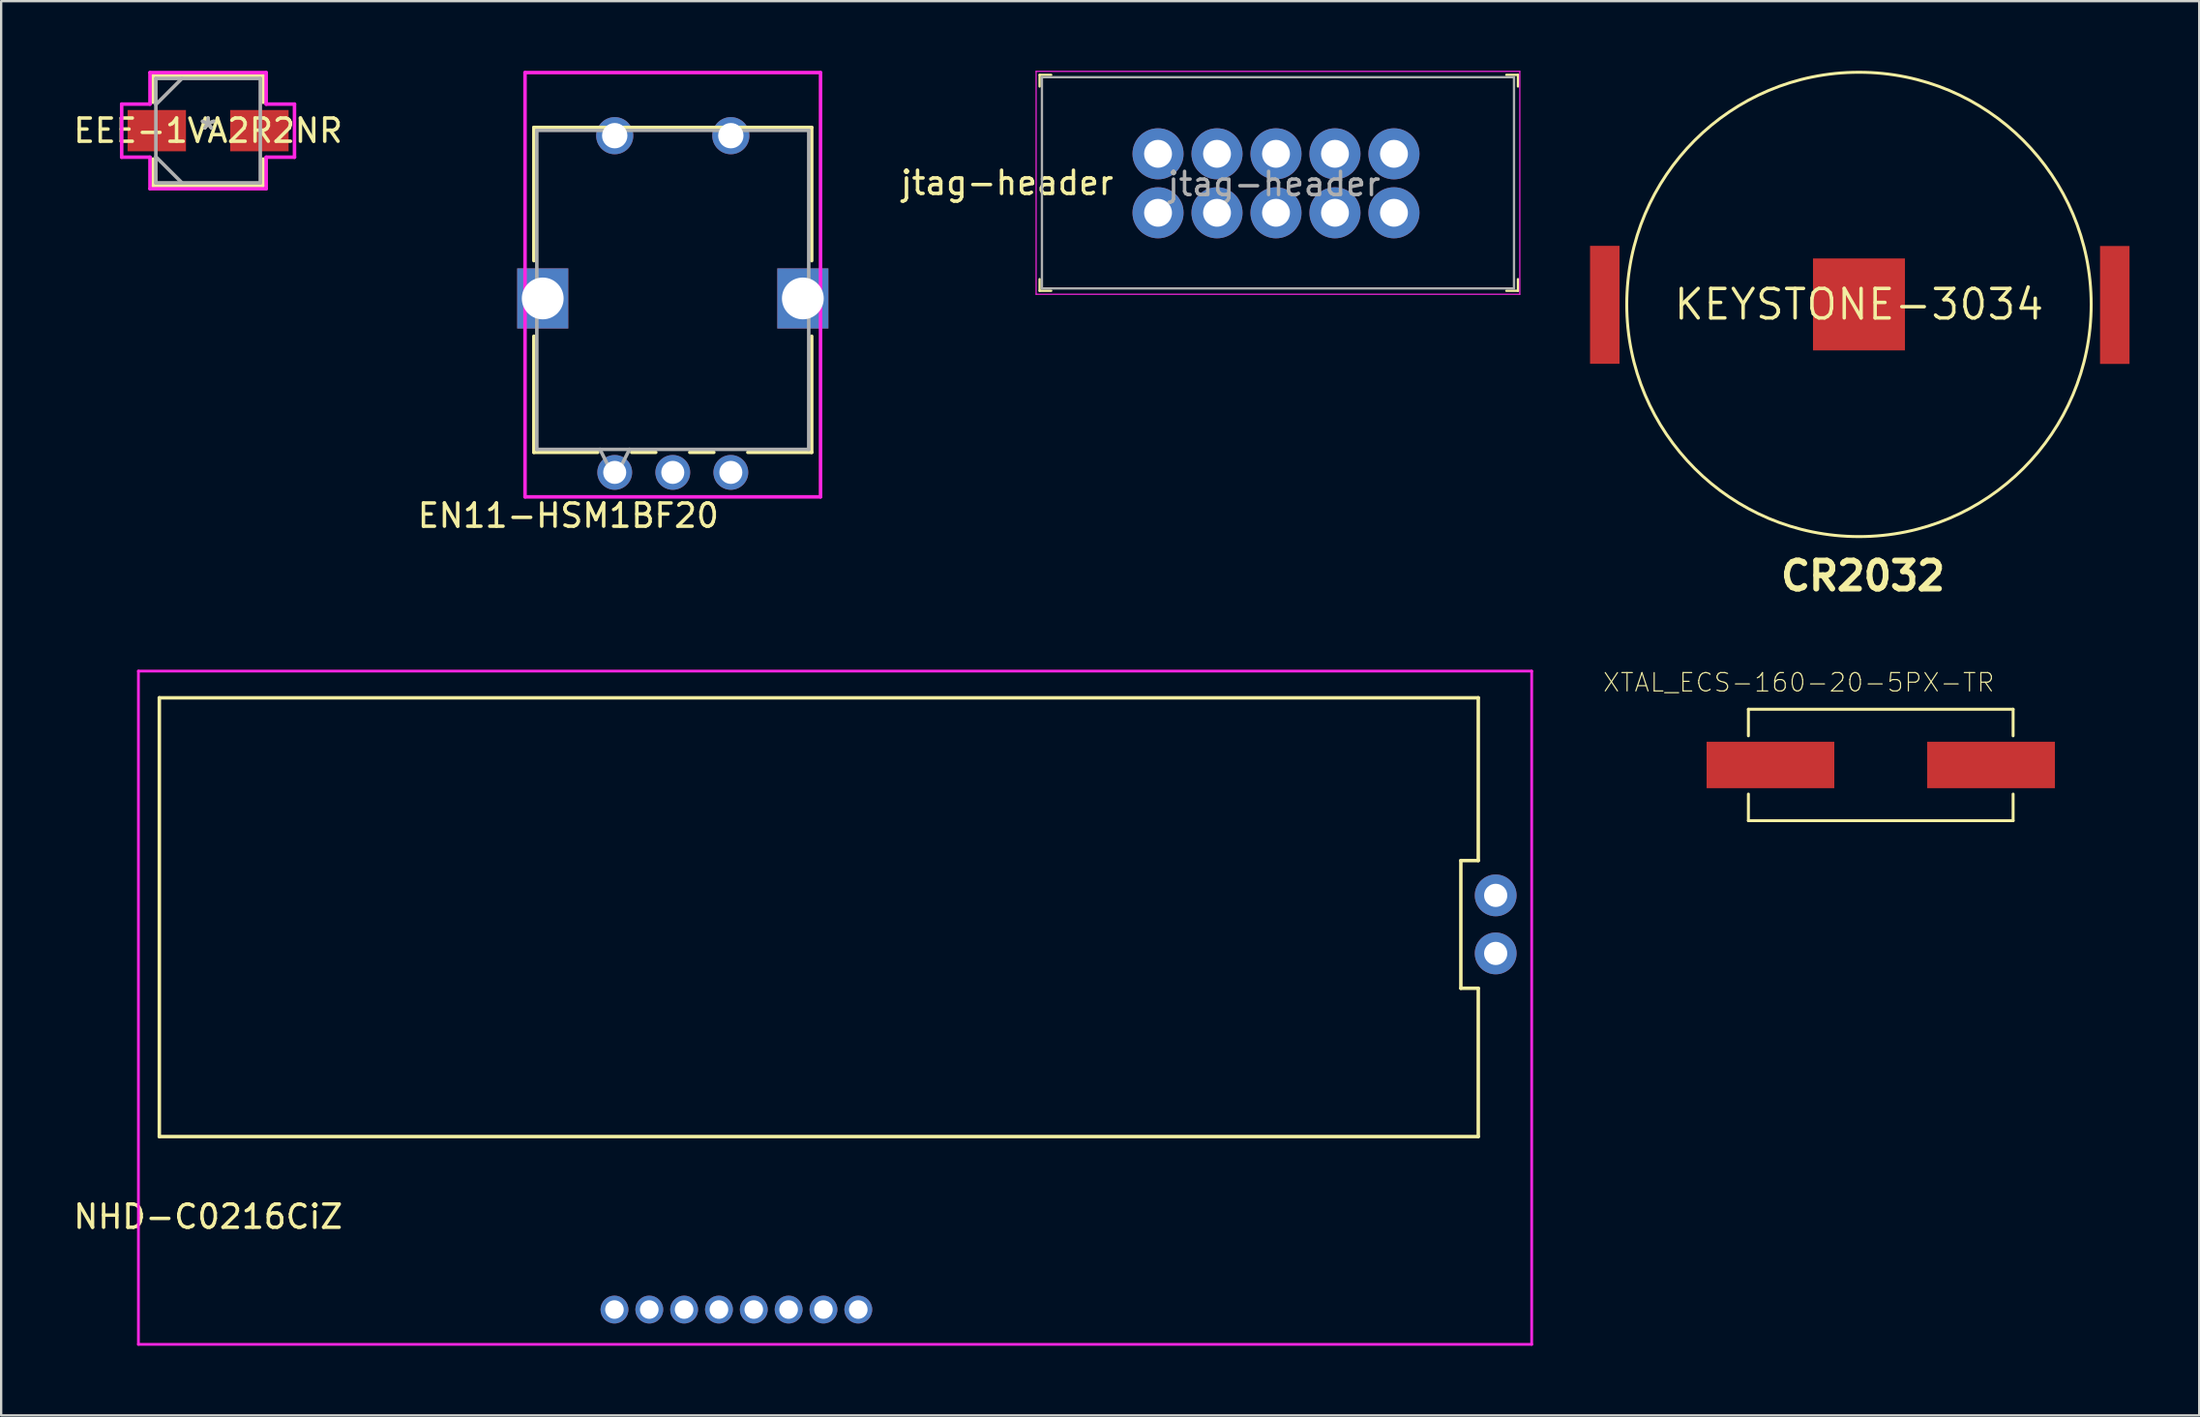
<source format=kicad_pcb>
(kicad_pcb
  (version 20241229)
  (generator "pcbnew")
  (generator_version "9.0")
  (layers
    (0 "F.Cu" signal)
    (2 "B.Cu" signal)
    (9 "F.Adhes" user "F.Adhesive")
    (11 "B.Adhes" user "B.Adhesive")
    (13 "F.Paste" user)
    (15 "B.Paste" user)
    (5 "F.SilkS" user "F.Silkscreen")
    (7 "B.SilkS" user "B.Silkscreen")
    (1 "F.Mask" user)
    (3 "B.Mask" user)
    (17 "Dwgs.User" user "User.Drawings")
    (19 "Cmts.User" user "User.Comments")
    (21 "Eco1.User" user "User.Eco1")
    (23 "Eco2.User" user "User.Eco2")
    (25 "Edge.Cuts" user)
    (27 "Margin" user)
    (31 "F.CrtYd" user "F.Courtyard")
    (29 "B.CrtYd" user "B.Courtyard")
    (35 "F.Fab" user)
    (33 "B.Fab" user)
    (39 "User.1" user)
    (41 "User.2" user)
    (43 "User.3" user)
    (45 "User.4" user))
  (footprint "EEE-1VA2R2NR"
    (layer "F.Cu")
    (at 5.911 2.578)
    (property "Reference" "EEE-1VA2R2NR" (at 0 0 0) (layer "F.SilkS") (effects (font (size 1 1) (thickness 0.15))))
    (attr through_hole)
    (fp_line (start -2.375 -2.375) (end -2.375 -1.222) (stroke (width 0.152) (type solid)) (layer "F.SilkS"))
    (fp_line (start -2.375 1.222) (end -2.375 2.375) (stroke (width 0.152) (type solid)) (layer "F.SilkS"))
    (fp_line (start -2.375 2.375) (end 2.375 2.375) (stroke (width 0.152) (type solid)) (layer "F.SilkS"))
    (fp_line (start 2.375 -2.375) (end -2.375 -2.375) (stroke (width 0.152) (type solid)) (layer "F.SilkS"))
    (fp_line (start 2.375 -1.222) (end 2.375 -2.375) (stroke (width 0.152) (type solid)) (layer "F.SilkS"))
    (fp_line (start 2.375 2.375) (end 2.375 1.222) (stroke (width 0.152) (type solid)) (layer "F.SilkS"))
    (fp_line (start -3.721 -1.143) (end -2.502 -1.143) (stroke (width 0.152) (type solid)) (layer "F.CrtYd"))
    (fp_line (start -3.721 1.143) (end -3.721 -1.143) (stroke (width 0.152) (type solid)) (layer "F.CrtYd"))
    (fp_line (start -2.502 -2.502) (end 2.502 -2.502) (stroke (width 0.152) (type solid)) (layer "F.CrtYd"))
    (fp_line (start -2.502 -1.143) (end -2.502 -2.502) (stroke (width 0.152) (type solid)) (layer "F.CrtYd"))
    (fp_line (start -2.502 1.143) (end -3.721 1.143) (stroke (width 0.152) (type solid)) (layer "F.CrtYd"))
    (fp_line (start -2.502 2.502) (end -2.502 1.143) (stroke (width 0.152) (type solid)) (layer "F.CrtYd"))
    (fp_line (start 2.502 -2.502) (end 2.502 -1.143) (stroke (width 0.152) (type solid)) (layer "F.CrtYd"))
    (fp_line (start 2.502 -1.143) (end 3.721 -1.143) (stroke (width 0.152) (type solid)) (layer "F.CrtYd"))
    (fp_line (start 2.502 1.143) (end 2.502 2.502) (stroke (width 0.152) (type solid)) (layer "F.CrtYd"))
    (fp_line (start 2.502 2.502) (end -2.502 2.502) (stroke (width 0.152) (type solid)) (layer "F.CrtYd"))
    (fp_line (start 3.721 -1.143) (end 3.721 1.143) (stroke (width 0.152) (type solid)) (layer "F.CrtYd"))
    (fp_line (start 3.721 1.143) (end 2.502 1.143) (stroke (width 0.152) (type solid)) (layer "F.CrtYd"))
    (fp_line (start -2.248 -2.248) (end -2.248 2.248) (stroke (width 0.152) (type solid)) (layer "F.Fab"))
    (fp_line (start -2.248 -1.124) (end -1.124 -2.248) (stroke (width 0.152) (type solid)) (layer "F.Fab"))
    (fp_line (start -2.248 1.124) (end -1.124 2.248) (stroke (width 0.152) (type solid)) (layer "F.Fab"))
    (fp_line (start -2.248 2.248) (end 2.248 2.248) (stroke (width 0.152) (type solid)) (layer "F.Fab"))
    (fp_line (start 2.248 -2.248) (end -2.248 -2.248) (stroke (width 0.152) (type solid)) (layer "F.Fab"))
    (fp_line (start 2.248 2.248) (end 2.248 -2.248) (stroke (width 0.152) (type solid)) (layer "F.Fab"))
    (fp_text user "*" (at 0 0 0) (layer "F.SilkS") (effects (font (size 1 1) (thickness 0.15))))
    (fp_text user "Copyright 2016 Accelerated Designs. All rights reserved." (at 0 0 0) (layer "Cmts.User") (effects (font (size 0.127 0.127) (thickness 0.002))))
    (fp_text user "*" (at 0 0 0) (layer "F.Fab") (effects (font (size 1 1) (thickness 0.15))))
    (pad "1" smd rect (at -2.21 0) (size 2.515 1.778) (layers "F.Cu" "F.Mask" "F.Paste"))
    (pad "2" smd rect (at 2.21 0) (size 2.515 1.778) (layers "F.Cu" "F.Mask" "F.Paste")))
  (footprint "NHD-C0216CiZ"
    (layer "F.Cu")
    (at 23.411 53.358)
    (property "Reference" "NHD-C0216CiZ" (at -17.5 -4 0) (layer "F.SilkS") (effects (font (size 1 1) (thickness 0.15))))
    (attr through_hole)
    (fp_line (start -19.6 -26.35) (end 37.2 -26.35) (stroke (width 0.15) (type solid)) (layer "F.SilkS"))
    (fp_line (start -19.6 -7.45) (end -19.6 -26.35) (stroke (width 0.15) (type solid)) (layer "F.SilkS"))
    (fp_line (start -19.6 -7.45) (end 37.2 -7.45) (stroke (width 0.15) (type solid)) (layer "F.SilkS"))
    (fp_line (start 36.45 -19.34) (end 36.45 -13.84) (stroke (width 0.15) (type solid)) (layer "F.SilkS"))
    (fp_line (start 36.45 -13.84) (end 37.2 -13.84) (stroke (width 0.15) (type solid)) (layer "F.SilkS"))
    (fp_line (start 37.2 -26.35) (end 37.2 -19.34) (stroke (width 0.15) (type solid)) (layer "F.SilkS"))
    (fp_line (start 37.2 -19.34) (end 36.45 -19.34) (stroke (width 0.15) (type solid)) (layer "F.SilkS"))
    (fp_line (start 37.2 -13.84) (end 37.2 -7.45) (stroke (width 0.15) (type solid)) (layer "F.SilkS"))
    (fp_line (start -20.5 -27.5) (end 39.5 -27.5) (stroke (width 0.12) (type solid)) (layer "F.CrtYd"))
    (fp_line (start -20.5 1.5) (end -20.5 -27.5) (stroke (width 0.12) (type solid)) (layer "F.CrtYd"))
    (fp_line (start 39.5 -27.5) (end 39.5 1.5) (stroke (width 0.12) (type solid)) (layer "F.CrtYd"))
    (fp_line (start 39.5 1.5) (end -20.5 1.5) (stroke (width 0.12) (type solid)) (layer "F.CrtYd"))
    (pad "1" thru_hole circle (at 10.5 0) (size 1.2 1.2) (drill 0.8) (layers "*.Cu" "*.Mask"))
    (pad "2" thru_hole circle (at 9 0) (size 1.2 1.2) (drill 0.8) (layers "*.Cu" "*.Mask"))
    (pad "3" thru_hole circle (at 7.5 0) (size 1.2 1.2) (drill 0.8) (layers "*.Cu" "*.Mask"))
    (pad "4" thru_hole circle (at 6 0) (size 1.2 1.2) (drill 0.8) (layers "*.Cu" "*.Mask"))
    (pad "5" thru_hole circle (at 4.5 0) (size 1.2 1.2) (drill 0.8) (layers "*.Cu" "*.Mask"))
    (pad "6" thru_hole circle (at 3 0) (size 1.2 1.2) (drill 0.8) (layers "*.Cu" "*.Mask"))
    (pad "7" thru_hole circle (at 1.5 0) (size 1.2 1.2) (drill 0.8) (layers "*.Cu" "*.Mask"))
    (pad "8" thru_hole circle (at 0 0) (size 1.2 1.2) (drill 0.8) (layers "*.Cu" "*.Mask"))
    (pad "A" thru_hole circle (at 37.95 -15.34) (size 1.8 1.8) (drill 1) (layers "*.Cu" "*.Mask"))
    (pad "K" thru_hole circle (at 37.95 -17.84) (size 1.8 1.8) (drill 1) (layers "*.Cu" "*.Mask")))
  (footprint "KEYSTONE-3034"
    (layer "F.Cu")
    (at 77.006 10.063)
    (property "Reference" "KEYSTONE-3034" (at 0 0 0) (layer "F.SilkS") (effects (font (size 1.27 1.27) (thickness 0.15))))
    (attr through_hole)
    (fp_circle (center 0 0) (end 10 0) (stroke (width 0.127) (type solid)) (fill no) (layer "F.SilkS"))
    (fp_text user "CR2032" (at -3.5 12.4 0) (layer "F.SilkS") (effects (font (size 1.206 1.206) (thickness 0.254)) (justify left bottom)))
    (pad "1" smd rect (at -10.947 0.016) (size 1.27 5.08) (layers "F.Cu" "F.Mask" "F.Paste"))
    (pad "1" smd rect (at 11.016 0.023) (size 1.27 5.08) (layers "F.Cu" "F.Mask" "F.Paste"))
    (pad "2" smd rect (at 0 0) (size 3.96 3.96) (layers "F.Cu" "F.Mask" "F.Paste")))
  (footprint "XTAL_ECS-160-20-5PX-TR"
    (layer "F.Cu")
    (at 77.944 29.9)
    (property "Reference" "XTAL_ECS-160-20-5PX-TR" (at -3.532 -3.552 0) (layer "F.SilkS") (effects (font (size 0.79 0.79) (thickness 0.05))))
    (attr smd)
    (fp_line (start -5.7 -2.4) (end 5.7 -2.4) (stroke (width 0.127) (type solid)) (layer "F.SilkS"))
    (fp_line (start -5.7 -1.254) (end -5.7 -2.4) (stroke (width 0.127) (type solid)) (layer "F.SilkS"))
    (fp_line (start -5.7 2.4) (end -5.7 1.254) (stroke (width 0.127) (type solid)) (layer "F.SilkS"))
    (fp_line (start 5.7 -2.4) (end 5.7 -1.254) (stroke (width 0.127) (type solid)) (layer "F.SilkS"))
    (fp_line (start 5.7 1.254) (end 5.7 2.4) (stroke (width 0.127) (type solid)) (layer "F.SilkS"))
    (fp_line (start 5.7 2.4) (end -5.7 2.4) (stroke (width 0.127) (type solid)) (layer "F.SilkS"))
    (fp_line (start -7.75 -1.25) (end -5.95 -1.25) (stroke (width 0.05) (type solid)) (layer "Eco1.User"))
    (fp_line (start -7.75 1.25) (end -7.75 -1.25) (stroke (width 0.05) (type solid)) (layer "Eco1.User"))
    (fp_line (start -5.95 -2.65) (end 5.95 -2.65) (stroke (width 0.05) (type solid)) (layer "Eco1.User"))
    (fp_line (start -5.95 -1.25) (end -5.95 -2.65) (stroke (width 0.05) (type solid)) (layer "Eco1.User"))
    (fp_line (start -5.95 1.25) (end -7.75 1.25) (stroke (width 0.05) (type solid)) (layer "Eco1.User"))
    (fp_line (start -5.95 2.65) (end -5.95 1.25) (stroke (width 0.05) (type solid)) (layer "Eco1.User"))
    (fp_line (start 5.95 -2.65) (end 5.95 -1.25) (stroke (width 0.05) (type solid)) (layer "Eco1.User"))
    (fp_line (start 5.95 -1.25) (end 7.75 -1.25) (stroke (width 0.05) (type solid)) (layer "Eco1.User"))
    (fp_line (start 5.95 1.25) (end 5.95 2.65) (stroke (width 0.05) (type solid)) (layer "Eco1.User"))
    (fp_line (start 5.95 2.65) (end -5.95 2.65) (stroke (width 0.05) (type solid)) (layer "Eco1.User"))
    (fp_line (start 7.75 -1.25) (end 7.75 1.25) (stroke (width 0.05) (type solid)) (layer "Eco1.User"))
    (fp_line (start 7.75 1.25) (end 5.95 1.25) (stroke (width 0.05) (type solid)) (layer "Eco1.User"))
    (fp_line (start -5.7 -2.4) (end -5.7 2.4) (stroke (width 0.127) (type solid)) (layer "Eco2.User"))
    (fp_line (start -5.7 2.4) (end 5.7 2.4) (stroke (width 0.127) (type solid)) (layer "Eco2.User"))
    (fp_line (start 5.7 -2.4) (end -5.7 -2.4) (stroke (width 0.127) (type solid)) (layer "Eco2.User"))
    (fp_line (start 5.7 2.4) (end 5.7 -2.4) (stroke (width 0.127) (type solid)) (layer "Eco2.User"))
    (pad "1" smd rect (at -4.75 0) (size 5.5 2) (layers "F.Cu" "F.Mask" "F.Paste"))
    (pad "2" smd rect (at 4.75 0) (size 5.5 2) (layers "F.Cu" "F.Mask" "F.Paste")))
  (footprint "jtag-header"
    (layer "F.Cu")
    (at 46.82 3.575)
    (property "Reference" "jtag-header" (at -6.5 1.25 0) (layer "F.SilkS") (effects (font (size 1 1) (thickness 0.15))))
    (attr through_hole)
    (fp_line (start -5.1 -3.4) (end -5.1 -2.9) (stroke (width 0.1) (type solid)) (layer "F.SilkS"))
    (fp_line (start -5.1 -3.4) (end -4.6 -3.4) (stroke (width 0.1) (type solid)) (layer "F.SilkS"))
    (fp_line (start -5.1 5.9) (end -5.1 5.4) (stroke (width 0.1) (type solid)) (layer "F.SilkS"))
    (fp_line (start -5.1 5.9) (end -4.6 5.9) (stroke (width 0.1) (type solid)) (layer "F.SilkS"))
    (fp_line (start 15.5 -3.4) (end 15 -3.4) (stroke (width 0.1) (type solid)) (layer "F.SilkS"))
    (fp_line (start 15.5 -3.4) (end 15.5 -2.9) (stroke (width 0.1) (type solid)) (layer "F.SilkS"))
    (fp_line (start 15.5 5.9) (end 15 5.9) (stroke (width 0.1) (type solid)) (layer "F.SilkS"))
    (fp_line (start 15.5 5.9) (end 15.5 5.4) (stroke (width 0.1) (type solid)) (layer "F.SilkS"))
    (fp_line (start -5.25 -3.55) (end -5.25 6.05) (stroke (width 0.05) (type solid)) (layer "F.CrtYd"))
    (fp_line (start 15.58 -3.55) (end -5.25 -3.55) (stroke (width 0.05) (type solid)) (layer "F.CrtYd"))
    (fp_line (start 15.58 -3.55) (end 15.58 6.05) (stroke (width 0.05) (type solid)) (layer "F.CrtYd"))
    (fp_line (start 15.58 6.05) (end -5.25 6.05) (stroke (width 0.05) (type solid)) (layer "F.CrtYd"))
    (fp_line (start -5 -3.3) (end -5 5.8) (stroke (width 0.1) (type solid)) (layer "F.Fab"))
    (fp_line (start -5 -3.3) (end 15.33 -3.3) (stroke (width 0.1) (type solid)) (layer "F.Fab"))
    (fp_line (start -5 5.8) (end 15.33 5.8) (stroke (width 0.1) (type solid)) (layer "F.Fab"))
    (fp_line (start 15.33 -3.3) (end 15.33 5.8) (stroke (width 0.1) (type solid)) (layer "F.Fab"))
    (fp_text user "${REFERENCE}" (at 5 1.3 0) (layer "F.Fab") (effects (font (size 1 1) (thickness 0.15))))
    (pad "1" thru_hole circle (at 0 2.54) (size 2.2 2.2) (drill 1.2) (layers "*.Cu" "*.Mask"))
    (pad "2" thru_hole circle (at 0 0) (size 2.2 2.2) (drill 1.2) (layers "*.Cu" "*.Mask"))
    (pad "3" thru_hole circle (at 2.54 2.54) (size 2.2 2.2) (drill 1.2) (layers "*.Cu" "*.Mask"))
    (pad "4" thru_hole circle (at 2.54 0) (size 2.2 2.2) (drill 1.2) (layers "*.Cu" "*.Mask"))
    (pad "5" thru_hole circle (at 5.08 2.54) (size 2.2 2.2) (drill 1.2) (layers "*.Cu" "*.Mask"))
    (pad "6" thru_hole circle (at 5.08 0) (size 2.2 2.2) (drill 1.2) (layers "*.Cu" "*.Mask"))
    (pad "7" thru_hole circle (at 7.62 2.54) (size 2.2 2.2) (drill 1.2) (layers "*.Cu" "*.Mask"))
    (pad "8" thru_hole circle (at 7.62 0) (size 2.2 2.2) (drill 1.2) (layers "*.Cu" "*.Mask"))
    (pad "9" thru_hole circle (at 10.16 2.54) (size 2.2 2.2) (drill 1.2) (layers "*.Cu" "*.Mask"))
    (pad "10" thru_hole circle (at 10.16 0) (size 2.2 2.2) (drill 1.2) (layers "*.Cu" "*.Mask")))
  (footprint "EN11-HSM1BF20"
    (layer "F.Cu")
    (at 25.923 9.909)
    (property "Reference" "EN11-HSM1BF20" (at -4.5 9.25 0) (layer "F.SilkS") (effects (font (size 1 1) (thickness 0.15))))
    (attr through_hole)
    (fp_line (start -5.982 -7.47) (end -5.982 -1.732) (stroke (width 0.152) (type solid)) (layer "F.SilkS"))
    (fp_line (start -5.982 1.524) (end -5.982 6.525) (stroke (width 0.152) (type solid)) (layer "F.SilkS"))
    (fp_line (start -5.982 6.525) (end -3.233 6.525) (stroke (width 0.152) (type solid)) (layer "F.SilkS"))
    (fp_line (start -1.767 6.525) (end -0.733 6.525) (stroke (width 0.152) (type solid)) (layer "F.SilkS"))
    (fp_line (start 0.733 6.525) (end 1.767 6.525) (stroke (width 0.152) (type solid)) (layer "F.SilkS"))
    (fp_line (start 3.233 6.525) (end 5.982 6.525) (stroke (width 0.152) (type solid)) (layer "F.SilkS"))
    (fp_line (start 5.982 -7.47) (end -5.982 -7.47) (stroke (width 0.152) (type solid)) (layer "F.SilkS"))
    (fp_line (start 5.982 -1.732) (end 5.982 -7.47) (stroke (width 0.152) (type solid)) (layer "F.SilkS"))
    (fp_line (start 5.982 6.525) (end 5.982 1.524) (stroke (width 0.152) (type solid)) (layer "F.SilkS"))
    (fp_line (start -6.363 -9.832) (end -6.363 8.443) (stroke (width 0.152) (type solid)) (layer "F.CrtYd"))
    (fp_line (start -6.363 8.443) (end 6.363 8.443) (stroke (width 0.152) (type solid)) (layer "F.CrtYd"))
    (fp_line (start 6.363 -9.832) (end -6.363 -9.832) (stroke (width 0.152) (type solid)) (layer "F.CrtYd"))
    (fp_line (start 6.363 8.443) (end 6.363 -9.832) (stroke (width 0.152) (type solid)) (layer "F.CrtYd"))
    (fp_line (start -5.855 -7.343) (end -5.855 6.398) (stroke (width 0.152) (type solid)) (layer "F.Fab"))
    (fp_line (start -5.855 6.398) (end 5.855 6.398) (stroke (width 0.152) (type solid)) (layer "F.Fab"))
    (fp_line (start -3.135 6.398) (end -2.5 7.668) (stroke (width 0.152) (type solid)) (layer "F.Fab"))
    (fp_line (start -1.865 6.398) (end -2.5 7.668) (stroke (width 0.152) (type solid)) (layer "F.Fab"))
    (fp_line (start 5.855 -7.343) (end -5.855 -7.343) (stroke (width 0.152) (type solid)) (layer "F.Fab"))
    (fp_line (start 5.855 6.398) (end 5.855 -7.343) (stroke (width 0.152) (type solid)) (layer "F.Fab"))
    (pad "6" thru_hole rect (at -5.601 -0.104) (size 2.2 2.591) (drill 1.8) (layers "*.Cu" "*.Mask"))
    (pad "7" thru_hole rect (at 5.601 -0.104) (size 2.2 2.591) (drill 1.8) (layers "*.Cu" "*.Mask"))
    (pad "A" thru_hole circle (at -2.5 7.389) (size 1.499 1.499) (drill 0.991) (layers "*.Cu" "*.Mask"))
    (pad "B" thru_hole circle (at 2.5 7.389) (size 1.499 1.499) (drill 0.991) (layers "*.Cu" "*.Mask"))
    (pad "C" thru_hole circle (at 0 7.389) (size 1.499 1.499) (drill 0.991) (layers "*.Cu" "*.Mask"))
    (pad "S1" thru_hole circle (at -2.5 -7.115) (size 1.6 1.6) (drill 1.092) (layers "*.Cu" "*.Mask"))
    (pad "S2" thru_hole circle (at 2.5 -7.115) (size 1.6 1.6) (drill 1.092) (layers "*.Cu" "*.Mask")))
  (gr_rect
    (start -3 -3)
    (end 91.658 57.918)
    (stroke (width 0.1) (type default))
    (fill no)
    (layer "Edge.Cuts")))
</source>
